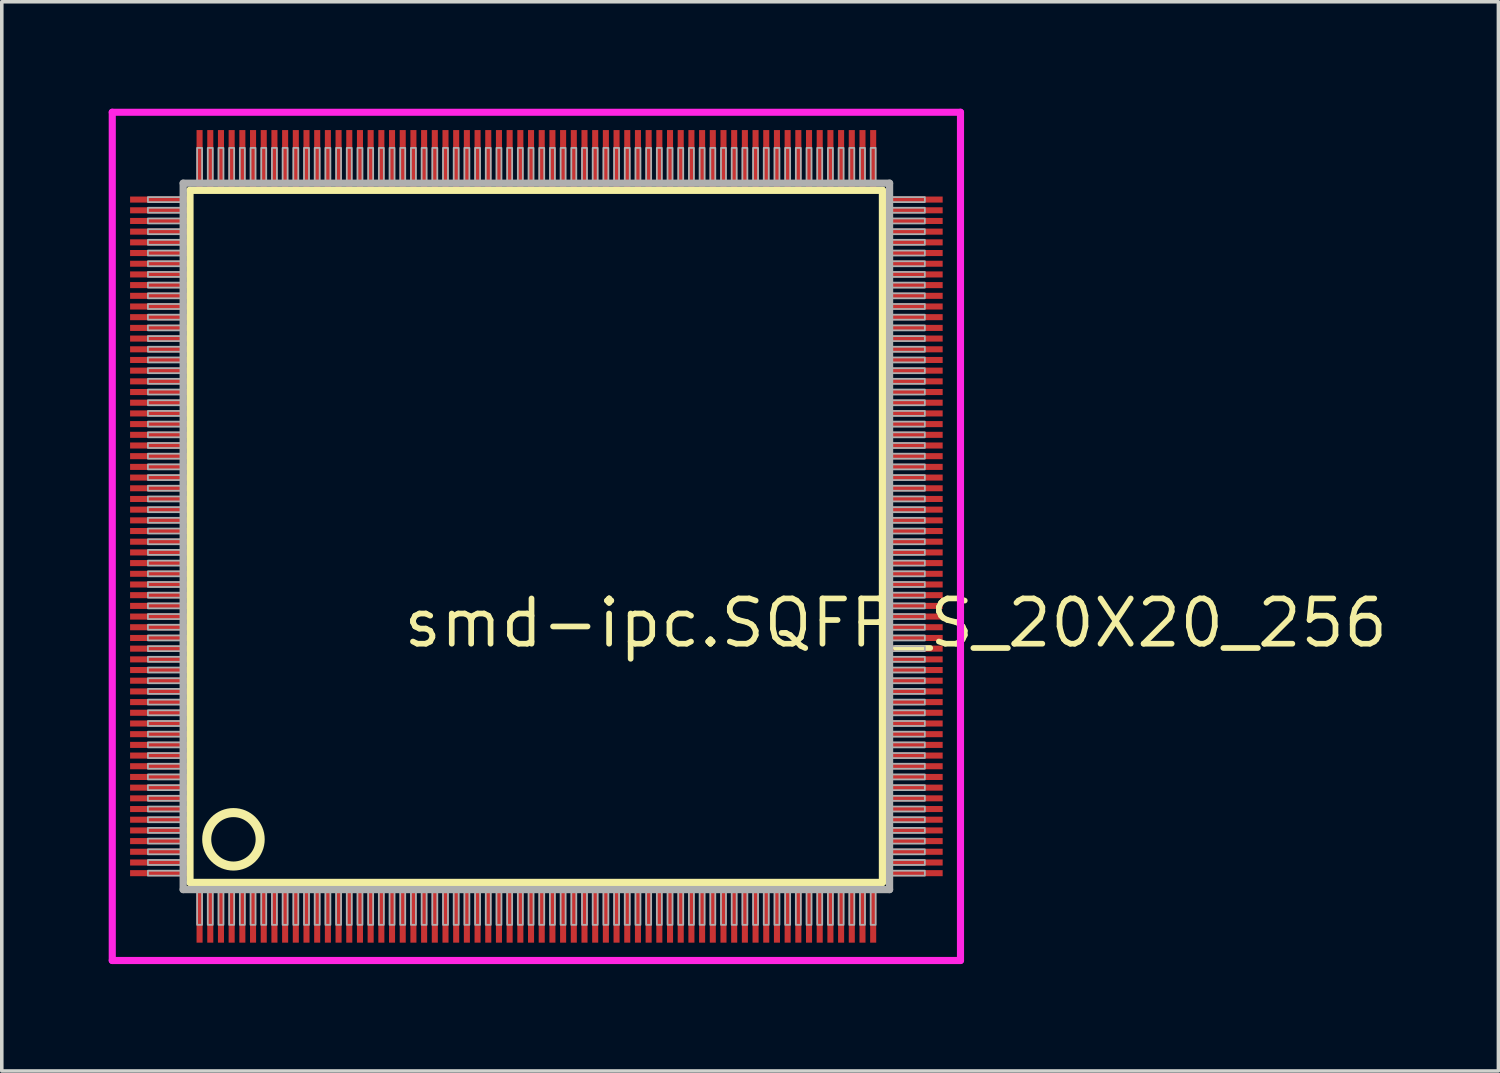
<source format=kicad_pcb>
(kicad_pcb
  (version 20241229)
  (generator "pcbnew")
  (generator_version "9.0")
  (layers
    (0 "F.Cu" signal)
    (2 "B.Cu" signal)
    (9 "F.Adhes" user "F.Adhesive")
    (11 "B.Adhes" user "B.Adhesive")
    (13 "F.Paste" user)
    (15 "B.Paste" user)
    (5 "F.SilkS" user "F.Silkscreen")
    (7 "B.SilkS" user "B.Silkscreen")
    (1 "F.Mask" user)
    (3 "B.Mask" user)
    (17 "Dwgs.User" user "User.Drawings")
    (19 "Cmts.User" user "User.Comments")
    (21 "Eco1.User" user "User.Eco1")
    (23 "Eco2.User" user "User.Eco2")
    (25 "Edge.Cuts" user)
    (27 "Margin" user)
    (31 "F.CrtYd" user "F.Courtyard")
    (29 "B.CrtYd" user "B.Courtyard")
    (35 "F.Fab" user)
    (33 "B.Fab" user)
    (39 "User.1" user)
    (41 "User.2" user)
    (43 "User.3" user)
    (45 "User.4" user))
  (footprint "smd-ipc.SQFP_S_20X20_256"
    (layer "F.Cu")
    (at 12 12)
    (property "Reference" "smd-ipc.SQFP_S_20X20_256" (at -3.81 3.175 0) (layer "F.SilkS") (effects (font (size 1.27 1.27) (thickness 0.16)) (justify left bottom)))
    (attr smd)
    (fp_line (start -9.72 -9.71) (end 9.71 -9.71) (stroke (width 0.203) (type default)) (layer "F.SilkS"))
    (fp_line (start -9.72 9.71) (end -9.72 -9.71) (stroke (width 0.203) (type default)) (layer "F.SilkS"))
    (fp_line (start 9.71 9.71) (end -9.72 9.71) (stroke (width 0.203) (type default)) (layer "F.SilkS"))
    (fp_line (start 9.71 -9.71) (end 9.71 9.71) (stroke (width 0.203) (type default)) (layer "F.SilkS"))
    (fp_circle (center -8.5 8.5) (end -7.75 8.5) (stroke (width 0.254) (type default)) (fill no) (layer "F.SilkS"))
    (fp_line (start -11.9 -11.9) (end 11.9 -11.9) (stroke (width 0.2) (type default)) (layer "F.CrtYd"))
    (fp_line (start -11.9 11.9) (end -11.9 -11.9) (stroke (width 0.2) (type default)) (layer "F.CrtYd"))
    (fp_line (start 11.9 -11.9) (end 11.9 11.9) (stroke (width 0.2) (type default)) (layer "F.CrtYd"))
    (fp_line (start 11.9 11.9) (end -11.9 11.9) (stroke (width 0.2) (type default)) (layer "F.CrtYd"))
    (fp_line (start -9.91 -9.91) (end -9.91 9.91) (stroke (width 0.203) (type default)) (layer "F.Fab"))
    (fp_line (start -9.91 9.91) (end 9.91 9.91) (stroke (width 0.203) (type default)) (layer "F.Fab"))
    (fp_line (start 9.91 -9.91) (end -9.91 -9.91) (stroke (width 0.203) (type default)) (layer "F.Fab"))
    (fp_line (start 9.91 9.91) (end 9.91 -9.91) (stroke (width 0.203) (type default)) (layer "F.Fab"))
    (fp_rect (start -10.9 -9.38) (end -9.95 -9.52) (stroke (width 0.05) (type default)) (fill no) (layer "F.Fab"))
    (fp_rect (start -10.9 -9.08) (end -9.95 -9.22) (stroke (width 0.05) (type default)) (fill no) (layer "F.Fab"))
    (fp_rect (start -10.9 -8.78) (end -9.95 -8.92) (stroke (width 0.05) (type default)) (fill no) (layer "F.Fab"))
    (fp_rect (start -10.9 -8.48) (end -9.95 -8.62) (stroke (width 0.05) (type default)) (fill no) (layer "F.Fab"))
    (fp_rect (start -10.9 -8.18) (end -9.95 -8.32) (stroke (width 0.05) (type default)) (fill no) (layer "F.Fab"))
    (fp_rect (start -10.9 -7.88) (end -9.95 -8.02) (stroke (width 0.05) (type default)) (fill no) (layer "F.Fab"))
    (fp_rect (start -10.9 -7.58) (end -9.95 -7.72) (stroke (width 0.05) (type default)) (fill no) (layer "F.Fab"))
    (fp_rect (start -10.9 -7.28) (end -9.95 -7.42) (stroke (width 0.05) (type default)) (fill no) (layer "F.Fab"))
    (fp_rect (start -10.9 -6.98) (end -9.95 -7.12) (stroke (width 0.05) (type default)) (fill no) (layer "F.Fab"))
    (fp_rect (start -10.9 -6.68) (end -9.95 -6.82) (stroke (width 0.05) (type default)) (fill no) (layer "F.Fab"))
    (fp_rect (start -10.9 -6.38) (end -9.95 -6.52) (stroke (width 0.05) (type default)) (fill no) (layer "F.Fab"))
    (fp_rect (start -10.9 -6.08) (end -9.95 -6.22) (stroke (width 0.05) (type default)) (fill no) (layer "F.Fab"))
    (fp_rect (start -10.9 -5.78) (end -9.95 -5.92) (stroke (width 0.05) (type default)) (fill no) (layer "F.Fab"))
    (fp_rect (start -10.9 -5.48) (end -9.95 -5.62) (stroke (width 0.05) (type default)) (fill no) (layer "F.Fab"))
    (fp_rect (start -10.9 -5.18) (end -9.95 -5.32) (stroke (width 0.05) (type default)) (fill no) (layer "F.Fab"))
    (fp_rect (start -10.9 -4.88) (end -9.95 -5.02) (stroke (width 0.05) (type default)) (fill no) (layer "F.Fab"))
    (fp_rect (start -10.9 -4.58) (end -9.95 -4.72) (stroke (width 0.05) (type default)) (fill no) (layer "F.Fab"))
    (fp_rect (start -10.9 -4.28) (end -9.95 -4.42) (stroke (width 0.05) (type default)) (fill no) (layer "F.Fab"))
    (fp_rect (start -10.9 -3.98) (end -9.95 -4.12) (stroke (width 0.05) (type default)) (fill no) (layer "F.Fab"))
    (fp_rect (start -10.9 -3.68) (end -9.95 -3.82) (stroke (width 0.05) (type default)) (fill no) (layer "F.Fab"))
    (fp_rect (start -10.9 -3.38) (end -9.95 -3.52) (stroke (width 0.05) (type default)) (fill no) (layer "F.Fab"))
    (fp_rect (start -10.9 -3.08) (end -9.95 -3.22) (stroke (width 0.05) (type default)) (fill no) (layer "F.Fab"))
    (fp_rect (start -10.9 -2.78) (end -9.95 -2.92) (stroke (width 0.05) (type default)) (fill no) (layer "F.Fab"))
    (fp_rect (start -10.9 -2.48) (end -9.95 -2.62) (stroke (width 0.05) (type default)) (fill no) (layer "F.Fab"))
    (fp_rect (start -10.9 -2.18) (end -9.95 -2.32) (stroke (width 0.05) (type default)) (fill no) (layer "F.Fab"))
    (fp_rect (start -10.9 -1.88) (end -9.95 -2.02) (stroke (width 0.05) (type default)) (fill no) (layer "F.Fab"))
    (fp_rect (start -10.9 -1.58) (end -9.95 -1.72) (stroke (width 0.05) (type default)) (fill no) (layer "F.Fab"))
    (fp_rect (start -10.9 -1.28) (end -9.95 -1.42) (stroke (width 0.05) (type default)) (fill no) (layer "F.Fab"))
    (fp_rect (start -10.9 -0.98) (end -9.95 -1.12) (stroke (width 0.05) (type default)) (fill no) (layer "F.Fab"))
    (fp_rect (start -10.9 -0.68) (end -9.95 -0.82) (stroke (width 0.05) (type default)) (fill no) (layer "F.Fab"))
    (fp_rect (start -10.9 -0.38) (end -9.95 -0.52) (stroke (width 0.05) (type default)) (fill no) (layer "F.Fab"))
    (fp_rect (start -10.9 -0.08) (end -9.95 -0.22) (stroke (width 0.05) (type default)) (fill no) (layer "F.Fab"))
    (fp_rect (start -10.9 0.22) (end -9.95 0.08) (stroke (width 0.05) (type default)) (fill no) (layer "F.Fab"))
    (fp_rect (start -10.9 0.52) (end -9.95 0.38) (stroke (width 0.05) (type default)) (fill no) (layer "F.Fab"))
    (fp_rect (start -10.9 0.82) (end -9.95 0.68) (stroke (width 0.05) (type default)) (fill no) (layer "F.Fab"))
    (fp_rect (start -10.9 1.12) (end -9.95 0.98) (stroke (width 0.05) (type default)) (fill no) (layer "F.Fab"))
    (fp_rect (start -10.9 1.42) (end -9.95 1.28) (stroke (width 0.05) (type default)) (fill no) (layer "F.Fab"))
    (fp_rect (start -10.9 1.72) (end -9.95 1.58) (stroke (width 0.05) (type default)) (fill no) (layer "F.Fab"))
    (fp_rect (start -10.9 2.02) (end -9.95 1.88) (stroke (width 0.05) (type default)) (fill no) (layer "F.Fab"))
    (fp_rect (start -10.9 2.32) (end -9.95 2.18) (stroke (width 0.05) (type default)) (fill no) (layer "F.Fab"))
    (fp_rect (start -10.9 2.62) (end -9.95 2.48) (stroke (width 0.05) (type default)) (fill no) (layer "F.Fab"))
    (fp_rect (start -10.9 2.92) (end -9.95 2.78) (stroke (width 0.05) (type default)) (fill no) (layer "F.Fab"))
    (fp_rect (start -10.9 3.22) (end -9.95 3.08) (stroke (width 0.05) (type default)) (fill no) (layer "F.Fab"))
    (fp_rect (start -10.9 3.52) (end -9.95 3.38) (stroke (width 0.05) (type default)) (fill no) (layer "F.Fab"))
    (fp_rect (start -10.9 3.82) (end -9.95 3.68) (stroke (width 0.05) (type default)) (fill no) (layer "F.Fab"))
    (fp_rect (start -10.9 4.12) (end -9.95 3.98) (stroke (width 0.05) (type default)) (fill no) (layer "F.Fab"))
    (fp_rect (start -10.9 4.42) (end -9.95 4.28) (stroke (width 0.05) (type default)) (fill no) (layer "F.Fab"))
    (fp_rect (start -10.9 4.72) (end -9.95 4.58) (stroke (width 0.05) (type default)) (fill no) (layer "F.Fab"))
    (fp_rect (start -10.9 5.02) (end -9.95 4.88) (stroke (width 0.05) (type default)) (fill no) (layer "F.Fab"))
    (fp_rect (start -10.9 5.32) (end -9.95 5.18) (stroke (width 0.05) (type default)) (fill no) (layer "F.Fab"))
    (fp_rect (start -10.9 5.62) (end -9.95 5.48) (stroke (width 0.05) (type default)) (fill no) (layer "F.Fab"))
    (fp_rect (start -10.9 5.92) (end -9.95 5.78) (stroke (width 0.05) (type default)) (fill no) (layer "F.Fab"))
    (fp_rect (start -10.9 6.22) (end -9.95 6.08) (stroke (width 0.05) (type default)) (fill no) (layer "F.Fab"))
    (fp_rect (start -10.9 6.52) (end -9.95 6.38) (stroke (width 0.05) (type default)) (fill no) (layer "F.Fab"))
    (fp_rect (start -10.9 6.82) (end -9.95 6.68) (stroke (width 0.05) (type default)) (fill no) (layer "F.Fab"))
    (fp_rect (start -10.9 7.12) (end -9.95 6.98) (stroke (width 0.05) (type default)) (fill no) (layer "F.Fab"))
    (fp_rect (start -10.9 7.42) (end -9.95 7.28) (stroke (width 0.05) (type default)) (fill no) (layer "F.Fab"))
    (fp_rect (start -10.9 7.72) (end -9.95 7.58) (stroke (width 0.05) (type default)) (fill no) (layer "F.Fab"))
    (fp_rect (start -10.9 8.02) (end -9.95 7.88) (stroke (width 0.05) (type default)) (fill no) (layer "F.Fab"))
    (fp_rect (start -10.9 8.32) (end -9.95 8.18) (stroke (width 0.05) (type default)) (fill no) (layer "F.Fab"))
    (fp_rect (start -10.9 8.62) (end -9.95 8.48) (stroke (width 0.05) (type default)) (fill no) (layer "F.Fab"))
    (fp_rect (start -10.9 8.92) (end -9.95 8.78) (stroke (width 0.05) (type default)) (fill no) (layer "F.Fab"))
    (fp_rect (start -10.9 9.22) (end -9.95 9.08) (stroke (width 0.05) (type default)) (fill no) (layer "F.Fab"))
    (fp_rect (start -10.9 9.52) (end -9.95 9.38) (stroke (width 0.05) (type default)) (fill no) (layer "F.Fab"))
    (fp_rect (start -9.52 -9.95) (end -9.38 -10.9) (stroke (width 0.05) (type default)) (fill no) (layer "F.Fab"))
    (fp_rect (start -9.52 10.9) (end -9.38 9.95) (stroke (width 0.05) (type default)) (fill no) (layer "F.Fab"))
    (fp_rect (start -9.22 -9.95) (end -9.08 -10.9) (stroke (width 0.05) (type default)) (fill no) (layer "F.Fab"))
    (fp_rect (start -9.22 10.9) (end -9.08 9.95) (stroke (width 0.05) (type default)) (fill no) (layer "F.Fab"))
    (fp_rect (start -8.92 -9.95) (end -8.78 -10.9) (stroke (width 0.05) (type default)) (fill no) (layer "F.Fab"))
    (fp_rect (start -8.92 10.9) (end -8.78 9.95) (stroke (width 0.05) (type default)) (fill no) (layer "F.Fab"))
    (fp_rect (start -8.62 -9.95) (end -8.48 -10.9) (stroke (width 0.05) (type default)) (fill no) (layer "F.Fab"))
    (fp_rect (start -8.62 10.9) (end -8.48 9.95) (stroke (width 0.05) (type default)) (fill no) (layer "F.Fab"))
    (fp_rect (start -8.32 -9.95) (end -8.18 -10.9) (stroke (width 0.05) (type default)) (fill no) (layer "F.Fab"))
    (fp_rect (start -8.32 10.9) (end -8.18 9.95) (stroke (width 0.05) (type default)) (fill no) (layer "F.Fab"))
    (fp_rect (start -8.02 -9.95) (end -7.88 -10.9) (stroke (width 0.05) (type default)) (fill no) (layer "F.Fab"))
    (fp_rect (start -8.02 10.9) (end -7.88 9.95) (stroke (width 0.05) (type default)) (fill no) (layer "F.Fab"))
    (fp_rect (start -7.72 -9.95) (end -7.58 -10.9) (stroke (width 0.05) (type default)) (fill no) (layer "F.Fab"))
    (fp_rect (start -7.72 10.9) (end -7.58 9.95) (stroke (width 0.05) (type default)) (fill no) (layer "F.Fab"))
    (fp_rect (start -7.42 -9.95) (end -7.28 -10.9) (stroke (width 0.05) (type default)) (fill no) (layer "F.Fab"))
    (fp_rect (start -7.42 10.9) (end -7.28 9.95) (stroke (width 0.05) (type default)) (fill no) (layer "F.Fab"))
    (fp_rect (start -7.12 -9.95) (end -6.98 -10.9) (stroke (width 0.05) (type default)) (fill no) (layer "F.Fab"))
    (fp_rect (start -7.12 10.9) (end -6.98 9.95) (stroke (width 0.05) (type default)) (fill no) (layer "F.Fab"))
    (fp_rect (start -6.82 -9.95) (end -6.68 -10.9) (stroke (width 0.05) (type default)) (fill no) (layer "F.Fab"))
    (fp_rect (start -6.82 10.9) (end -6.68 9.95) (stroke (width 0.05) (type default)) (fill no) (layer "F.Fab"))
    (fp_rect (start -6.52 -9.95) (end -6.38 -10.9) (stroke (width 0.05) (type default)) (fill no) (layer "F.Fab"))
    (fp_rect (start -6.52 10.9) (end -6.38 9.95) (stroke (width 0.05) (type default)) (fill no) (layer "F.Fab"))
    (fp_rect (start -6.22 -9.95) (end -6.08 -10.9) (stroke (width 0.05) (type default)) (fill no) (layer "F.Fab"))
    (fp_rect (start -6.22 10.9) (end -6.08 9.95) (stroke (width 0.05) (type default)) (fill no) (layer "F.Fab"))
    (fp_rect (start -5.92 -9.95) (end -5.78 -10.9) (stroke (width 0.05) (type default)) (fill no) (layer "F.Fab"))
    (fp_rect (start -5.92 10.9) (end -5.78 9.95) (stroke (width 0.05) (type default)) (fill no) (layer "F.Fab"))
    (fp_rect (start -5.62 -9.95) (end -5.48 -10.9) (stroke (width 0.05) (type default)) (fill no) (layer "F.Fab"))
    (fp_rect (start -5.62 10.9) (end -5.48 9.95) (stroke (width 0.05) (type default)) (fill no) (layer "F.Fab"))
    (fp_rect (start -5.32 -9.95) (end -5.18 -10.9) (stroke (width 0.05) (type default)) (fill no) (layer "F.Fab"))
    (fp_rect (start -5.32 10.9) (end -5.18 9.95) (stroke (width 0.05) (type default)) (fill no) (layer "F.Fab"))
    (fp_rect (start -5.02 -9.95) (end -4.88 -10.9) (stroke (width 0.05) (type default)) (fill no) (layer "F.Fab"))
    (fp_rect (start -5.02 10.9) (end -4.88 9.95) (stroke (width 0.05) (type default)) (fill no) (layer "F.Fab"))
    (fp_rect (start -4.72 -9.95) (end -4.58 -10.9) (stroke (width 0.05) (type default)) (fill no) (layer "F.Fab"))
    (fp_rect (start -4.72 10.9) (end -4.58 9.95) (stroke (width 0.05) (type default)) (fill no) (layer "F.Fab"))
    (fp_rect (start -4.42 -9.95) (end -4.28 -10.9) (stroke (width 0.05) (type default)) (fill no) (layer "F.Fab"))
    (fp_rect (start -4.42 10.9) (end -4.28 9.95) (stroke (width 0.05) (type default)) (fill no) (layer "F.Fab"))
    (fp_rect (start -4.12 -9.95) (end -3.98 -10.9) (stroke (width 0.05) (type default)) (fill no) (layer "F.Fab"))
    (fp_rect (start -4.12 10.9) (end -3.98 9.95) (stroke (width 0.05) (type default)) (fill no) (layer "F.Fab"))
    (fp_rect (start -3.82 -9.95) (end -3.68 -10.9) (stroke (width 0.05) (type default)) (fill no) (layer "F.Fab"))
    (fp_rect (start -3.82 10.9) (end -3.68 9.95) (stroke (width 0.05) (type default)) (fill no) (layer "F.Fab"))
    (fp_rect (start -3.52 -9.95) (end -3.38 -10.9) (stroke (width 0.05) (type default)) (fill no) (layer "F.Fab"))
    (fp_rect (start -3.52 10.9) (end -3.38 9.95) (stroke (width 0.05) (type default)) (fill no) (layer "F.Fab"))
    (fp_rect (start -3.22 -9.95) (end -3.08 -10.9) (stroke (width 0.05) (type default)) (fill no) (layer "F.Fab"))
    (fp_rect (start -3.22 10.9) (end -3.08 9.95) (stroke (width 0.05) (type default)) (fill no) (layer "F.Fab"))
    (fp_rect (start -2.92 -9.95) (end -2.78 -10.9) (stroke (width 0.05) (type default)) (fill no) (layer "F.Fab"))
    (fp_rect (start -2.92 10.9) (end -2.78 9.95) (stroke (width 0.05) (type default)) (fill no) (layer "F.Fab"))
    (fp_rect (start -2.62 -9.95) (end -2.48 -10.9) (stroke (width 0.05) (type default)) (fill no) (layer "F.Fab"))
    (fp_rect (start -2.62 10.9) (end -2.48 9.95) (stroke (width 0.05) (type default)) (fill no) (layer "F.Fab"))
    (fp_rect (start -2.32 -9.95) (end -2.18 -10.9) (stroke (width 0.05) (type default)) (fill no) (layer "F.Fab"))
    (fp_rect (start -2.32 10.9) (end -2.18 9.95) (stroke (width 0.05) (type default)) (fill no) (layer "F.Fab"))
    (fp_rect (start -2.02 -9.95) (end -1.88 -10.9) (stroke (width 0.05) (type default)) (fill no) (layer "F.Fab"))
    (fp_rect (start -2.02 10.9) (end -1.88 9.95) (stroke (width 0.05) (type default)) (fill no) (layer "F.Fab"))
    (fp_rect (start -1.72 -9.95) (end -1.58 -10.9) (stroke (width 0.05) (type default)) (fill no) (layer "F.Fab"))
    (fp_rect (start -1.72 10.9) (end -1.58 9.95) (stroke (width 0.05) (type default)) (fill no) (layer "F.Fab"))
    (fp_rect (start -1.42 -9.95) (end -1.28 -10.9) (stroke (width 0.05) (type default)) (fill no) (layer "F.Fab"))
    (fp_rect (start -1.42 10.9) (end -1.28 9.95) (stroke (width 0.05) (type default)) (fill no) (layer "F.Fab"))
    (fp_rect (start -1.12 -9.95) (end -0.98 -10.9) (stroke (width 0.05) (type default)) (fill no) (layer "F.Fab"))
    (fp_rect (start -1.12 10.9) (end -0.98 9.95) (stroke (width 0.05) (type default)) (fill no) (layer "F.Fab"))
    (fp_rect (start -0.82 -9.95) (end -0.68 -10.9) (stroke (width 0.05) (type default)) (fill no) (layer "F.Fab"))
    (fp_rect (start -0.82 10.9) (end -0.68 9.95) (stroke (width 0.05) (type default)) (fill no) (layer "F.Fab"))
    (fp_rect (start -0.52 -9.95) (end -0.38 -10.9) (stroke (width 0.05) (type default)) (fill no) (layer "F.Fab"))
    (fp_rect (start -0.52 10.9) (end -0.38 9.95) (stroke (width 0.05) (type default)) (fill no) (layer "F.Fab"))
    (fp_rect (start -0.22 -9.95) (end -0.08 -10.9) (stroke (width 0.05) (type default)) (fill no) (layer "F.Fab"))
    (fp_rect (start -0.22 10.9) (end -0.08 9.95) (stroke (width 0.05) (type default)) (fill no) (layer "F.Fab"))
    (fp_rect (start 0.08 -9.95) (end 0.22 -10.9) (stroke (width 0.05) (type default)) (fill no) (layer "F.Fab"))
    (fp_rect (start 0.08 10.9) (end 0.22 9.95) (stroke (width 0.05) (type default)) (fill no) (layer "F.Fab"))
    (fp_rect (start 0.38 -9.95) (end 0.52 -10.9) (stroke (width 0.05) (type default)) (fill no) (layer "F.Fab"))
    (fp_rect (start 0.38 10.9) (end 0.52 9.95) (stroke (width 0.05) (type default)) (fill no) (layer "F.Fab"))
    (fp_rect (start 0.68 -9.95) (end 0.82 -10.9) (stroke (width 0.05) (type default)) (fill no) (layer "F.Fab"))
    (fp_rect (start 0.68 10.9) (end 0.82 9.95) (stroke (width 0.05) (type default)) (fill no) (layer "F.Fab"))
    (fp_rect (start 0.98 -9.95) (end 1.12 -10.9) (stroke (width 0.05) (type default)) (fill no) (layer "F.Fab"))
    (fp_rect (start 0.98 10.9) (end 1.12 9.95) (stroke (width 0.05) (type default)) (fill no) (layer "F.Fab"))
    (fp_rect (start 1.28 -9.95) (end 1.42 -10.9) (stroke (width 0.05) (type default)) (fill no) (layer "F.Fab"))
    (fp_rect (start 1.28 10.9) (end 1.42 9.95) (stroke (width 0.05) (type default)) (fill no) (layer "F.Fab"))
    (fp_rect (start 1.58 -9.95) (end 1.72 -10.9) (stroke (width 0.05) (type default)) (fill no) (layer "F.Fab"))
    (fp_rect (start 1.58 10.9) (end 1.72 9.95) (stroke (width 0.05) (type default)) (fill no) (layer "F.Fab"))
    (fp_rect (start 1.88 -9.95) (end 2.02 -10.9) (stroke (width 0.05) (type default)) (fill no) (layer "F.Fab"))
    (fp_rect (start 1.88 10.9) (end 2.02 9.95) (stroke (width 0.05) (type default)) (fill no) (layer "F.Fab"))
    (fp_rect (start 2.18 -9.95) (end 2.32 -10.9) (stroke (width 0.05) (type default)) (fill no) (layer "F.Fab"))
    (fp_rect (start 2.18 10.9) (end 2.32 9.95) (stroke (width 0.05) (type default)) (fill no) (layer "F.Fab"))
    (fp_rect (start 2.48 -9.95) (end 2.62 -10.9) (stroke (width 0.05) (type default)) (fill no) (layer "F.Fab"))
    (fp_rect (start 2.48 10.9) (end 2.62 9.95) (stroke (width 0.05) (type default)) (fill no) (layer "F.Fab"))
    (fp_rect (start 2.78 -9.95) (end 2.92 -10.9) (stroke (width 0.05) (type default)) (fill no) (layer "F.Fab"))
    (fp_rect (start 2.78 10.9) (end 2.92 9.95) (stroke (width 0.05) (type default)) (fill no) (layer "F.Fab"))
    (fp_rect (start 3.08 -9.95) (end 3.22 -10.9) (stroke (width 0.05) (type default)) (fill no) (layer "F.Fab"))
    (fp_rect (start 3.08 10.9) (end 3.22 9.95) (stroke (width 0.05) (type default)) (fill no) (layer "F.Fab"))
    (fp_rect (start 3.38 -9.95) (end 3.52 -10.9) (stroke (width 0.05) (type default)) (fill no) (layer "F.Fab"))
    (fp_rect (start 3.38 10.9) (end 3.52 9.95) (stroke (width 0.05) (type default)) (fill no) (layer "F.Fab"))
    (fp_rect (start 3.68 -9.95) (end 3.82 -10.9) (stroke (width 0.05) (type default)) (fill no) (layer "F.Fab"))
    (fp_rect (start 3.68 10.9) (end 3.82 9.95) (stroke (width 0.05) (type default)) (fill no) (layer "F.Fab"))
    (fp_rect (start 3.98 -9.95) (end 4.12 -10.9) (stroke (width 0.05) (type default)) (fill no) (layer "F.Fab"))
    (fp_rect (start 3.98 10.9) (end 4.12 9.95) (stroke (width 0.05) (type default)) (fill no) (layer "F.Fab"))
    (fp_rect (start 4.28 -9.95) (end 4.42 -10.9) (stroke (width 0.05) (type default)) (fill no) (layer "F.Fab"))
    (fp_rect (start 4.28 10.9) (end 4.42 9.95) (stroke (width 0.05) (type default)) (fill no) (layer "F.Fab"))
    (fp_rect (start 4.58 -9.95) (end 4.72 -10.9) (stroke (width 0.05) (type default)) (fill no) (layer "F.Fab"))
    (fp_rect (start 4.58 10.9) (end 4.72 9.95) (stroke (width 0.05) (type default)) (fill no) (layer "F.Fab"))
    (fp_rect (start 4.88 -9.95) (end 5.02 -10.9) (stroke (width 0.05) (type default)) (fill no) (layer "F.Fab"))
    (fp_rect (start 4.88 10.9) (end 5.02 9.95) (stroke (width 0.05) (type default)) (fill no) (layer "F.Fab"))
    (fp_rect (start 5.18 -9.95) (end 5.32 -10.9) (stroke (width 0.05) (type default)) (fill no) (layer "F.Fab"))
    (fp_rect (start 5.18 10.9) (end 5.32 9.95) (stroke (width 0.05) (type default)) (fill no) (layer "F.Fab"))
    (fp_rect (start 5.48 -9.95) (end 5.62 -10.9) (stroke (width 0.05) (type default)) (fill no) (layer "F.Fab"))
    (fp_rect (start 5.48 10.9) (end 5.62 9.95) (stroke (width 0.05) (type default)) (fill no) (layer "F.Fab"))
    (fp_rect (start 5.78 -9.95) (end 5.92 -10.9) (stroke (width 0.05) (type default)) (fill no) (layer "F.Fab"))
    (fp_rect (start 5.78 10.9) (end 5.92 9.95) (stroke (width 0.05) (type default)) (fill no) (layer "F.Fab"))
    (fp_rect (start 6.08 -9.95) (end 6.22 -10.9) (stroke (width 0.05) (type default)) (fill no) (layer "F.Fab"))
    (fp_rect (start 6.08 10.9) (end 6.22 9.95) (stroke (width 0.05) (type default)) (fill no) (layer "F.Fab"))
    (fp_rect (start 6.38 -9.95) (end 6.52 -10.9) (stroke (width 0.05) (type default)) (fill no) (layer "F.Fab"))
    (fp_rect (start 6.38 10.9) (end 6.52 9.95) (stroke (width 0.05) (type default)) (fill no) (layer "F.Fab"))
    (fp_rect (start 6.68 -9.95) (end 6.82 -10.9) (stroke (width 0.05) (type default)) (fill no) (layer "F.Fab"))
    (fp_rect (start 6.68 10.9) (end 6.82 9.95) (stroke (width 0.05) (type default)) (fill no) (layer "F.Fab"))
    (fp_rect (start 6.98 -9.95) (end 7.12 -10.9) (stroke (width 0.05) (type default)) (fill no) (layer "F.Fab"))
    (fp_rect (start 6.98 10.9) (end 7.12 9.95) (stroke (width 0.05) (type default)) (fill no) (layer "F.Fab"))
    (fp_rect (start 7.28 -9.95) (end 7.42 -10.9) (stroke (width 0.05) (type default)) (fill no) (layer "F.Fab"))
    (fp_rect (start 7.28 10.9) (end 7.42 9.95) (stroke (width 0.05) (type default)) (fill no) (layer "F.Fab"))
    (fp_rect (start 7.58 -9.95) (end 7.72 -10.9) (stroke (width 0.05) (type default)) (fill no) (layer "F.Fab"))
    (fp_rect (start 7.58 10.9) (end 7.72 9.95) (stroke (width 0.05) (type default)) (fill no) (layer "F.Fab"))
    (fp_rect (start 7.88 -9.95) (end 8.02 -10.9) (stroke (width 0.05) (type default)) (fill no) (layer "F.Fab"))
    (fp_rect (start 7.88 10.9) (end 8.02 9.95) (stroke (width 0.05) (type default)) (fill no) (layer "F.Fab"))
    (fp_rect (start 8.18 -9.95) (end 8.32 -10.9) (stroke (width 0.05) (type default)) (fill no) (layer "F.Fab"))
    (fp_rect (start 8.18 10.9) (end 8.32 9.95) (stroke (width 0.05) (type default)) (fill no) (layer "F.Fab"))
    (fp_rect (start 8.48 -9.95) (end 8.62 -10.9) (stroke (width 0.05) (type default)) (fill no) (layer "F.Fab"))
    (fp_rect (start 8.48 10.9) (end 8.62 9.95) (stroke (width 0.05) (type default)) (fill no) (layer "F.Fab"))
    (fp_rect (start 8.78 -9.95) (end 8.92 -10.9) (stroke (width 0.05) (type default)) (fill no) (layer "F.Fab"))
    (fp_rect (start 8.78 10.9) (end 8.92 9.95) (stroke (width 0.05) (type default)) (fill no) (layer "F.Fab"))
    (fp_rect (start 9.08 -9.95) (end 9.22 -10.9) (stroke (width 0.05) (type default)) (fill no) (layer "F.Fab"))
    (fp_rect (start 9.08 10.9) (end 9.22 9.95) (stroke (width 0.05) (type default)) (fill no) (layer "F.Fab"))
    (fp_rect (start 9.38 -9.95) (end 9.52 -10.9) (stroke (width 0.05) (type default)) (fill no) (layer "F.Fab"))
    (fp_rect (start 9.38 10.9) (end 9.52 9.95) (stroke (width 0.05) (type default)) (fill no) (layer "F.Fab"))
    (fp_rect (start 9.95 -9.38) (end 10.9 -9.52) (stroke (width 0.05) (type default)) (fill no) (layer "F.Fab"))
    (fp_rect (start 9.95 -9.08) (end 10.9 -9.22) (stroke (width 0.05) (type default)) (fill no) (layer "F.Fab"))
    (fp_rect (start 9.95 -8.78) (end 10.9 -8.92) (stroke (width 0.05) (type default)) (fill no) (layer "F.Fab"))
    (fp_rect (start 9.95 -8.48) (end 10.9 -8.62) (stroke (width 0.05) (type default)) (fill no) (layer "F.Fab"))
    (fp_rect (start 9.95 -8.18) (end 10.9 -8.32) (stroke (width 0.05) (type default)) (fill no) (layer "F.Fab"))
    (fp_rect (start 9.95 -7.88) (end 10.9 -8.02) (stroke (width 0.05) (type default)) (fill no) (layer "F.Fab"))
    (fp_rect (start 9.95 -7.58) (end 10.9 -7.72) (stroke (width 0.05) (type default)) (fill no) (layer "F.Fab"))
    (fp_rect (start 9.95 -7.28) (end 10.9 -7.42) (stroke (width 0.05) (type default)) (fill no) (layer "F.Fab"))
    (fp_rect (start 9.95 -6.98) (end 10.9 -7.12) (stroke (width 0.05) (type default)) (fill no) (layer "F.Fab"))
    (fp_rect (start 9.95 -6.68) (end 10.9 -6.82) (stroke (width 0.05) (type default)) (fill no) (layer "F.Fab"))
    (fp_rect (start 9.95 -6.38) (end 10.9 -6.52) (stroke (width 0.05) (type default)) (fill no) (layer "F.Fab"))
    (fp_rect (start 9.95 -6.08) (end 10.9 -6.22) (stroke (width 0.05) (type default)) (fill no) (layer "F.Fab"))
    (fp_rect (start 9.95 -5.78) (end 10.9 -5.92) (stroke (width 0.05) (type default)) (fill no) (layer "F.Fab"))
    (fp_rect (start 9.95 -5.48) (end 10.9 -5.62) (stroke (width 0.05) (type default)) (fill no) (layer "F.Fab"))
    (fp_rect (start 9.95 -5.18) (end 10.9 -5.32) (stroke (width 0.05) (type default)) (fill no) (layer "F.Fab"))
    (fp_rect (start 9.95 -4.88) (end 10.9 -5.02) (stroke (width 0.05) (type default)) (fill no) (layer "F.Fab"))
    (fp_rect (start 9.95 -4.58) (end 10.9 -4.72) (stroke (width 0.05) (type default)) (fill no) (layer "F.Fab"))
    (fp_rect (start 9.95 -4.28) (end 10.9 -4.42) (stroke (width 0.05) (type default)) (fill no) (layer "F.Fab"))
    (fp_rect (start 9.95 -3.98) (end 10.9 -4.12) (stroke (width 0.05) (type default)) (fill no) (layer "F.Fab"))
    (fp_rect (start 9.95 -3.68) (end 10.9 -3.82) (stroke (width 0.05) (type default)) (fill no) (layer "F.Fab"))
    (fp_rect (start 9.95 -3.38) (end 10.9 -3.52) (stroke (width 0.05) (type default)) (fill no) (layer "F.Fab"))
    (fp_rect (start 9.95 -3.08) (end 10.9 -3.22) (stroke (width 0.05) (type default)) (fill no) (layer "F.Fab"))
    (fp_rect (start 9.95 -2.78) (end 10.9 -2.92) (stroke (width 0.05) (type default)) (fill no) (layer "F.Fab"))
    (fp_rect (start 9.95 -2.48) (end 10.9 -2.62) (stroke (width 0.05) (type default)) (fill no) (layer "F.Fab"))
    (fp_rect (start 9.95 -2.18) (end 10.9 -2.32) (stroke (width 0.05) (type default)) (fill no) (layer "F.Fab"))
    (fp_rect (start 9.95 -1.88) (end 10.9 -2.02) (stroke (width 0.05) (type default)) (fill no) (layer "F.Fab"))
    (fp_rect (start 9.95 -1.58) (end 10.9 -1.72) (stroke (width 0.05) (type default)) (fill no) (layer "F.Fab"))
    (fp_rect (start 9.95 -1.28) (end 10.9 -1.42) (stroke (width 0.05) (type default)) (fill no) (layer "F.Fab"))
    (fp_rect (start 9.95 -0.98) (end 10.9 -1.12) (stroke (width 0.05) (type default)) (fill no) (layer "F.Fab"))
    (fp_rect (start 9.95 -0.68) (end 10.9 -0.82) (stroke (width 0.05) (type default)) (fill no) (layer "F.Fab"))
    (fp_rect (start 9.95 -0.38) (end 10.9 -0.52) (stroke (width 0.05) (type default)) (fill no) (layer "F.Fab"))
    (fp_rect (start 9.95 -0.08) (end 10.9 -0.22) (stroke (width 0.05) (type default)) (fill no) (layer "F.Fab"))
    (fp_rect (start 9.95 0.22) (end 10.9 0.08) (stroke (width 0.05) (type default)) (fill no) (layer "F.Fab"))
    (fp_rect (start 9.95 0.52) (end 10.9 0.38) (stroke (width 0.05) (type default)) (fill no) (layer "F.Fab"))
    (fp_rect (start 9.95 0.82) (end 10.9 0.68) (stroke (width 0.05) (type default)) (fill no) (layer "F.Fab"))
    (fp_rect (start 9.95 1.12) (end 10.9 0.98) (stroke (width 0.05) (type default)) (fill no) (layer "F.Fab"))
    (fp_rect (start 9.95 1.42) (end 10.9 1.28) (stroke (width 0.05) (type default)) (fill no) (layer "F.Fab"))
    (fp_rect (start 9.95 1.72) (end 10.9 1.58) (stroke (width 0.05) (type default)) (fill no) (layer "F.Fab"))
    (fp_rect (start 9.95 2.02) (end 10.9 1.88) (stroke (width 0.05) (type default)) (fill no) (layer "F.Fab"))
    (fp_rect (start 9.95 2.32) (end 10.9 2.18) (stroke (width 0.05) (type default)) (fill no) (layer "F.Fab"))
    (fp_rect (start 9.95 2.62) (end 10.9 2.48) (stroke (width 0.05) (type default)) (fill no) (layer "F.Fab"))
    (fp_rect (start 9.95 2.92) (end 10.9 2.78) (stroke (width 0.05) (type default)) (fill no) (layer "F.Fab"))
    (fp_rect (start 9.95 3.22) (end 10.9 3.08) (stroke (width 0.05) (type default)) (fill no) (layer "F.Fab"))
    (fp_rect (start 9.95 3.52) (end 10.9 3.38) (stroke (width 0.05) (type default)) (fill no) (layer "F.Fab"))
    (fp_rect (start 9.95 3.82) (end 10.9 3.68) (stroke (width 0.05) (type default)) (fill no) (layer "F.Fab"))
    (fp_rect (start 9.95 4.12) (end 10.9 3.98) (stroke (width 0.05) (type default)) (fill no) (layer "F.Fab"))
    (fp_rect (start 9.95 4.42) (end 10.9 4.28) (stroke (width 0.05) (type default)) (fill no) (layer "F.Fab"))
    (fp_rect (start 9.95 4.72) (end 10.9 4.58) (stroke (width 0.05) (type default)) (fill no) (layer "F.Fab"))
    (fp_rect (start 9.95 5.02) (end 10.9 4.88) (stroke (width 0.05) (type default)) (fill no) (layer "F.Fab"))
    (fp_rect (start 9.95 5.32) (end 10.9 5.18) (stroke (width 0.05) (type default)) (fill no) (layer "F.Fab"))
    (fp_rect (start 9.95 5.62) (end 10.9 5.48) (stroke (width 0.05) (type default)) (fill no) (layer "F.Fab"))
    (fp_rect (start 9.95 5.92) (end 10.9 5.78) (stroke (width 0.05) (type default)) (fill no) (layer "F.Fab"))
    (fp_rect (start 9.95 6.22) (end 10.9 6.08) (stroke (width 0.05) (type default)) (fill no) (layer "F.Fab"))
    (fp_rect (start 9.95 6.52) (end 10.9 6.38) (stroke (width 0.05) (type default)) (fill no) (layer "F.Fab"))
    (fp_rect (start 9.95 6.82) (end 10.9 6.68) (stroke (width 0.05) (type default)) (fill no) (layer "F.Fab"))
    (fp_rect (start 9.95 7.12) (end 10.9 6.98) (stroke (width 0.05) (type default)) (fill no) (layer "F.Fab"))
    (fp_rect (start 9.95 7.42) (end 10.9 7.28) (stroke (width 0.05) (type default)) (fill no) (layer "F.Fab"))
    (fp_rect (start 9.95 7.72) (end 10.9 7.58) (stroke (width 0.05) (type default)) (fill no) (layer "F.Fab"))
    (fp_rect (start 9.95 8.02) (end 10.9 7.88) (stroke (width 0.05) (type default)) (fill no) (layer "F.Fab"))
    (fp_rect (start 9.95 8.32) (end 10.9 8.18) (stroke (width 0.05) (type default)) (fill no) (layer "F.Fab"))
    (fp_rect (start 9.95 8.62) (end 10.9 8.48) (stroke (width 0.05) (type default)) (fill no) (layer "F.Fab"))
    (fp_rect (start 9.95 8.92) (end 10.9 8.78) (stroke (width 0.05) (type default)) (fill no) (layer "F.Fab"))
    (fp_rect (start 9.95 9.22) (end 10.9 9.08) (stroke (width 0.05) (type default)) (fill no) (layer "F.Fab"))
    (fp_rect (start 9.95 9.52) (end 10.9 9.38) (stroke (width 0.05) (type default)) (fill no) (layer "F.Fab"))
    (pad "1" smd roundrect (at -9.45 10.6) (size 0.17 1.6) (layers "F.Cu" "F.Mask" "F.Paste") (roundrect_rratio 0.01))
    (pad "2" smd roundrect (at -9.15 10.6) (size 0.17 1.6) (layers "F.Cu" "F.Mask" "F.Paste") (roundrect_rratio 0.01))
    (pad "3" smd roundrect (at -8.85 10.6) (size 0.17 1.6) (layers "F.Cu" "F.Mask" "F.Paste") (roundrect_rratio 0.01))
    (pad "4" smd roundrect (at -8.55 10.6) (size 0.17 1.6) (layers "F.Cu" "F.Mask" "F.Paste") (roundrect_rratio 0.01))
    (pad "5" smd roundrect (at -8.25 10.6) (size 0.17 1.6) (layers "F.Cu" "F.Mask" "F.Paste") (roundrect_rratio 0.01))
    (pad "6" smd roundrect (at -7.95 10.6) (size 0.17 1.6) (layers "F.Cu" "F.Mask" "F.Paste") (roundrect_rratio 0.01))
    (pad "7" smd roundrect (at -7.65 10.6) (size 0.17 1.6) (layers "F.Cu" "F.Mask" "F.Paste") (roundrect_rratio 0.01))
    (pad "8" smd roundrect (at -7.35 10.6) (size 0.17 1.6) (layers "F.Cu" "F.Mask" "F.Paste") (roundrect_rratio 0.01))
    (pad "9" smd roundrect (at -7.05 10.6) (size 0.17 1.6) (layers "F.Cu" "F.Mask" "F.Paste") (roundrect_rratio 0.01))
    (pad "10" smd roundrect (at -6.75 10.6) (size 0.17 1.6) (layers "F.Cu" "F.Mask" "F.Paste") (roundrect_rratio 0.01))
    (pad "11" smd roundrect (at -6.45 10.6) (size 0.17 1.6) (layers "F.Cu" "F.Mask" "F.Paste") (roundrect_rratio 0.01))
    (pad "12" smd roundrect (at -6.15 10.6) (size 0.17 1.6) (layers "F.Cu" "F.Mask" "F.Paste") (roundrect_rratio 0.01))
    (pad "13" smd roundrect (at -5.85 10.6) (size 0.17 1.6) (layers "F.Cu" "F.Mask" "F.Paste") (roundrect_rratio 0.01))
    (pad "14" smd roundrect (at -5.55 10.6) (size 0.17 1.6) (layers "F.Cu" "F.Mask" "F.Paste") (roundrect_rratio 0.01))
    (pad "15" smd roundrect (at -5.25 10.6) (size 0.17 1.6) (layers "F.Cu" "F.Mask" "F.Paste") (roundrect_rratio 0.01))
    (pad "16" smd roundrect (at -4.95 10.6) (size 0.17 1.6) (layers "F.Cu" "F.Mask" "F.Paste") (roundrect_rratio 0.01))
    (pad "17" smd roundrect (at -4.65 10.6) (size 0.17 1.6) (layers "F.Cu" "F.Mask" "F.Paste") (roundrect_rratio 0.01))
    (pad "18" smd roundrect (at -4.35 10.6) (size 0.17 1.6) (layers "F.Cu" "F.Mask" "F.Paste") (roundrect_rratio 0.01))
    (pad "19" smd roundrect (at -4.05 10.6) (size 0.17 1.6) (layers "F.Cu" "F.Mask" "F.Paste") (roundrect_rratio 0.01))
    (pad "20" smd roundrect (at -3.75 10.6) (size 0.17 1.6) (layers "F.Cu" "F.Mask" "F.Paste") (roundrect_rratio 0.01))
    (pad "21" smd roundrect (at -3.45 10.6) (size 0.17 1.6) (layers "F.Cu" "F.Mask" "F.Paste") (roundrect_rratio 0.01))
    (pad "22" smd roundrect (at -3.15 10.6) (size 0.17 1.6) (layers "F.Cu" "F.Mask" "F.Paste") (roundrect_rratio 0.01))
    (pad "23" smd roundrect (at -2.85 10.6) (size 0.17 1.6) (layers "F.Cu" "F.Mask" "F.Paste") (roundrect_rratio 0.01))
    (pad "24" smd roundrect (at -2.55 10.6) (size 0.17 1.6) (layers "F.Cu" "F.Mask" "F.Paste") (roundrect_rratio 0.01))
    (pad "25" smd roundrect (at -2.25 10.6) (size 0.17 1.6) (layers "F.Cu" "F.Mask" "F.Paste") (roundrect_rratio 0.01))
    (pad "26" smd roundrect (at -1.95 10.6) (size 0.17 1.6) (layers "F.Cu" "F.Mask" "F.Paste") (roundrect_rratio 0.01))
    (pad "27" smd roundrect (at -1.65 10.6) (size 0.17 1.6) (layers "F.Cu" "F.Mask" "F.Paste") (roundrect_rratio 0.01))
    (pad "28" smd roundrect (at -1.35 10.6) (size 0.17 1.6) (layers "F.Cu" "F.Mask" "F.Paste") (roundrect_rratio 0.01))
    (pad "29" smd roundrect (at -1.05 10.6) (size 0.17 1.6) (layers "F.Cu" "F.Mask" "F.Paste") (roundrect_rratio 0.01))
    (pad "30" smd roundrect (at -0.75 10.6) (size 0.17 1.6) (layers "F.Cu" "F.Mask" "F.Paste") (roundrect_rratio 0.01))
    (pad "31" smd roundrect (at -0.45 10.6) (size 0.17 1.6) (layers "F.Cu" "F.Mask" "F.Paste") (roundrect_rratio 0.01))
    (pad "32" smd roundrect (at -0.15 10.6) (size 0.17 1.6) (layers "F.Cu" "F.Mask" "F.Paste") (roundrect_rratio 0.01))
    (pad "33" smd roundrect (at 0.15 10.6) (size 0.17 1.6) (layers "F.Cu" "F.Mask" "F.Paste") (roundrect_rratio 0.01))
    (pad "34" smd roundrect (at 0.45 10.6) (size 0.17 1.6) (layers "F.Cu" "F.Mask" "F.Paste") (roundrect_rratio 0.01))
    (pad "35" smd roundrect (at 0.75 10.6) (size 0.17 1.6) (layers "F.Cu" "F.Mask" "F.Paste") (roundrect_rratio 0.01))
    (pad "36" smd roundrect (at 1.05 10.6) (size 0.17 1.6) (layers "F.Cu" "F.Mask" "F.Paste") (roundrect_rratio 0.01))
    (pad "37" smd roundrect (at 1.35 10.6) (size 0.17 1.6) (layers "F.Cu" "F.Mask" "F.Paste") (roundrect_rratio 0.01))
    (pad "38" smd roundrect (at 1.65 10.6) (size 0.17 1.6) (layers "F.Cu" "F.Mask" "F.Paste") (roundrect_rratio 0.01))
    (pad "39" smd roundrect (at 1.95 10.6) (size 0.17 1.6) (layers "F.Cu" "F.Mask" "F.Paste") (roundrect_rratio 0.01))
    (pad "40" smd roundrect (at 2.25 10.6) (size 0.17 1.6) (layers "F.Cu" "F.Mask" "F.Paste") (roundrect_rratio 0.01))
    (pad "41" smd roundrect (at 2.55 10.6) (size 0.17 1.6) (layers "F.Cu" "F.Mask" "F.Paste") (roundrect_rratio 0.01))
    (pad "42" smd roundrect (at 2.85 10.6) (size 0.17 1.6) (layers "F.Cu" "F.Mask" "F.Paste") (roundrect_rratio 0.01))
    (pad "43" smd roundrect (at 3.15 10.6) (size 0.17 1.6) (layers "F.Cu" "F.Mask" "F.Paste") (roundrect_rratio 0.01))
    (pad "44" smd roundrect (at 3.45 10.6) (size 0.17 1.6) (layers "F.Cu" "F.Mask" "F.Paste") (roundrect_rratio 0.01))
    (pad "45" smd roundrect (at 3.75 10.6) (size 0.17 1.6) (layers "F.Cu" "F.Mask" "F.Paste") (roundrect_rratio 0.01))
    (pad "46" smd roundrect (at 4.05 10.6) (size 0.17 1.6) (layers "F.Cu" "F.Mask" "F.Paste") (roundrect_rratio 0.01))
    (pad "47" smd roundrect (at 4.35 10.6) (size 0.17 1.6) (layers "F.Cu" "F.Mask" "F.Paste") (roundrect_rratio 0.01))
    (pad "48" smd roundrect (at 4.65 10.6) (size 0.17 1.6) (layers "F.Cu" "F.Mask" "F.Paste") (roundrect_rratio 0.01))
    (pad "49" smd roundrect (at 4.95 10.6) (size 0.17 1.6) (layers "F.Cu" "F.Mask" "F.Paste") (roundrect_rratio 0.01))
    (pad "50" smd roundrect (at 5.25 10.6) (size 0.17 1.6) (layers "F.Cu" "F.Mask" "F.Paste") (roundrect_rratio 0.01))
    (pad "51" smd roundrect (at 5.55 10.6) (size 0.17 1.6) (layers "F.Cu" "F.Mask" "F.Paste") (roundrect_rratio 0.01))
    (pad "52" smd roundrect (at 5.85 10.6) (size 0.17 1.6) (layers "F.Cu" "F.Mask" "F.Paste") (roundrect_rratio 0.01))
    (pad "53" smd roundrect (at 6.15 10.6) (size 0.17 1.6) (layers "F.Cu" "F.Mask" "F.Paste") (roundrect_rratio 0.01))
    (pad "54" smd roundrect (at 6.45 10.6) (size 0.17 1.6) (layers "F.Cu" "F.Mask" "F.Paste") (roundrect_rratio 0.01))
    (pad "55" smd roundrect (at 6.75 10.6) (size 0.17 1.6) (layers "F.Cu" "F.Mask" "F.Paste") (roundrect_rratio 0.01))
    (pad "56" smd roundrect (at 7.05 10.6) (size 0.17 1.6) (layers "F.Cu" "F.Mask" "F.Paste") (roundrect_rratio 0.01))
    (pad "57" smd roundrect (at 7.35 10.6) (size 0.17 1.6) (layers "F.Cu" "F.Mask" "F.Paste") (roundrect_rratio 0.01))
    (pad "58" smd roundrect (at 7.65 10.6) (size 0.17 1.6) (layers "F.Cu" "F.Mask" "F.Paste") (roundrect_rratio 0.01))
    (pad "59" smd roundrect (at 7.95 10.6) (size 0.17 1.6) (layers "F.Cu" "F.Mask" "F.Paste") (roundrect_rratio 0.01))
    (pad "60" smd roundrect (at 8.25 10.6) (size 0.17 1.6) (layers "F.Cu" "F.Mask" "F.Paste") (roundrect_rratio 0.01))
    (pad "61" smd roundrect (at 8.55 10.6) (size 0.17 1.6) (layers "F.Cu" "F.Mask" "F.Paste") (roundrect_rratio 0.01))
    (pad "62" smd roundrect (at 8.85 10.6) (size 0.17 1.6) (layers "F.Cu" "F.Mask" "F.Paste") (roundrect_rratio 0.01))
    (pad "63" smd roundrect (at 9.15 10.6) (size 0.17 1.6) (layers "F.Cu" "F.Mask" "F.Paste") (roundrect_rratio 0.01))
    (pad "64" smd roundrect (at 9.45 10.6) (size 0.17 1.6) (layers "F.Cu" "F.Mask" "F.Paste") (roundrect_rratio 0.01))
    (pad "65" smd roundrect (at 10.6 9.45) (size 1.6 0.17) (layers "F.Cu" "F.Mask" "F.Paste") (roundrect_rratio 0.01))
    (pad "66" smd roundrect (at 10.6 9.15) (size 1.6 0.17) (layers "F.Cu" "F.Mask" "F.Paste") (roundrect_rratio 0.01))
    (pad "67" smd roundrect (at 10.6 8.85) (size 1.6 0.17) (layers "F.Cu" "F.Mask" "F.Paste") (roundrect_rratio 0.01))
    (pad "68" smd roundrect (at 10.6 8.55) (size 1.6 0.17) (layers "F.Cu" "F.Mask" "F.Paste") (roundrect_rratio 0.01))
    (pad "69" smd roundrect (at 10.6 8.25) (size 1.6 0.17) (layers "F.Cu" "F.Mask" "F.Paste") (roundrect_rratio 0.01))
    (pad "70" smd roundrect (at 10.6 7.95) (size 1.6 0.17) (layers "F.Cu" "F.Mask" "F.Paste") (roundrect_rratio 0.01))
    (pad "71" smd roundrect (at 10.6 7.65) (size 1.6 0.17) (layers "F.Cu" "F.Mask" "F.Paste") (roundrect_rratio 0.01))
    (pad "72" smd roundrect (at 10.6 7.35) (size 1.6 0.17) (layers "F.Cu" "F.Mask" "F.Paste") (roundrect_rratio 0.01))
    (pad "73" smd roundrect (at 10.6 7.05) (size 1.6 0.17) (layers "F.Cu" "F.Mask" "F.Paste") (roundrect_rratio 0.01))
    (pad "74" smd roundrect (at 10.6 6.75) (size 1.6 0.17) (layers "F.Cu" "F.Mask" "F.Paste") (roundrect_rratio 0.01))
    (pad "75" smd roundrect (at 10.6 6.45) (size 1.6 0.17) (layers "F.Cu" "F.Mask" "F.Paste") (roundrect_rratio 0.01))
    (pad "76" smd roundrect (at 10.6 6.15) (size 1.6 0.17) (layers "F.Cu" "F.Mask" "F.Paste") (roundrect_rratio 0.01))
    (pad "77" smd roundrect (at 10.6 5.85) (size 1.6 0.17) (layers "F.Cu" "F.Mask" "F.Paste") (roundrect_rratio 0.01))
    (pad "78" smd roundrect (at 10.6 5.55) (size 1.6 0.17) (layers "F.Cu" "F.Mask" "F.Paste") (roundrect_rratio 0.01))
    (pad "79" smd roundrect (at 10.6 5.25) (size 1.6 0.17) (layers "F.Cu" "F.Mask" "F.Paste") (roundrect_rratio 0.01))
    (pad "80" smd roundrect (at 10.6 4.95) (size 1.6 0.17) (layers "F.Cu" "F.Mask" "F.Paste") (roundrect_rratio 0.01))
    (pad "81" smd roundrect (at 10.6 4.65) (size 1.6 0.17) (layers "F.Cu" "F.Mask" "F.Paste") (roundrect_rratio 0.01))
    (pad "82" smd roundrect (at 10.6 4.35) (size 1.6 0.17) (layers "F.Cu" "F.Mask" "F.Paste") (roundrect_rratio 0.01))
    (pad "83" smd roundrect (at 10.6 4.05) (size 1.6 0.17) (layers "F.Cu" "F.Mask" "F.Paste") (roundrect_rratio 0.01))
    (pad "84" smd roundrect (at 10.6 3.75) (size 1.6 0.17) (layers "F.Cu" "F.Mask" "F.Paste") (roundrect_rratio 0.01))
    (pad "85" smd roundrect (at 10.6 3.45) (size 1.6 0.17) (layers "F.Cu" "F.Mask" "F.Paste") (roundrect_rratio 0.01))
    (pad "86" smd roundrect (at 10.6 3.15) (size 1.6 0.17) (layers "F.Cu" "F.Mask" "F.Paste") (roundrect_rratio 0.01))
    (pad "87" smd roundrect (at 10.6 2.85) (size 1.6 0.17) (layers "F.Cu" "F.Mask" "F.Paste") (roundrect_rratio 0.01))
    (pad "88" smd roundrect (at 10.6 2.55) (size 1.6 0.17) (layers "F.Cu" "F.Mask" "F.Paste") (roundrect_rratio 0.01))
    (pad "89" smd roundrect (at 10.6 2.25) (size 1.6 0.17) (layers "F.Cu" "F.Mask" "F.Paste") (roundrect_rratio 0.01))
    (pad "90" smd roundrect (at 10.6 1.95) (size 1.6 0.17) (layers "F.Cu" "F.Mask" "F.Paste") (roundrect_rratio 0.01))
    (pad "91" smd roundrect (at 10.6 1.65) (size 1.6 0.17) (layers "F.Cu" "F.Mask" "F.Paste") (roundrect_rratio 0.01))
    (pad "92" smd roundrect (at 10.6 1.35) (size 1.6 0.17) (layers "F.Cu" "F.Mask" "F.Paste") (roundrect_rratio 0.01))
    (pad "93" smd roundrect (at 10.6 1.05) (size 1.6 0.17) (layers "F.Cu" "F.Mask" "F.Paste") (roundrect_rratio 0.01))
    (pad "94" smd roundrect (at 10.6 0.75) (size 1.6 0.17) (layers "F.Cu" "F.Mask" "F.Paste") (roundrect_rratio 0.01))
    (pad "95" smd roundrect (at 10.6 0.45) (size 1.6 0.17) (layers "F.Cu" "F.Mask" "F.Paste") (roundrect_rratio 0.01))
    (pad "96" smd roundrect (at 10.6 0.15) (size 1.6 0.17) (layers "F.Cu" "F.Mask" "F.Paste") (roundrect_rratio 0.01))
    (pad "97" smd roundrect (at 10.6 -0.15) (size 1.6 0.17) (layers "F.Cu" "F.Mask" "F.Paste") (roundrect_rratio 0.01))
    (pad "98" smd roundrect (at 10.6 -0.45) (size 1.6 0.17) (layers "F.Cu" "F.Mask" "F.Paste") (roundrect_rratio 0.01))
    (pad "99" smd roundrect (at 10.6 -0.75) (size 1.6 0.17) (layers "F.Cu" "F.Mask" "F.Paste") (roundrect_rratio 0.01))
    (pad "100" smd roundrect (at 10.6 -1.05) (size 1.6 0.17) (layers "F.Cu" "F.Mask" "F.Paste") (roundrect_rratio 0.01))
    (pad "101" smd roundrect (at 10.6 -1.35) (size 1.6 0.17) (layers "F.Cu" "F.Mask" "F.Paste") (roundrect_rratio 0.01))
    (pad "102" smd roundrect (at 10.6 -1.65) (size 1.6 0.17) (layers "F.Cu" "F.Mask" "F.Paste") (roundrect_rratio 0.01))
    (pad "103" smd roundrect (at 10.6 -1.95) (size 1.6 0.17) (layers "F.Cu" "F.Mask" "F.Paste") (roundrect_rratio 0.01))
    (pad "104" smd roundrect (at 10.6 -2.25) (size 1.6 0.17) (layers "F.Cu" "F.Mask" "F.Paste") (roundrect_rratio 0.01))
    (pad "105" smd roundrect (at 10.6 -2.55) (size 1.6 0.17) (layers "F.Cu" "F.Mask" "F.Paste") (roundrect_rratio 0.01))
    (pad "106" smd roundrect (at 10.6 -2.85) (size 1.6 0.17) (layers "F.Cu" "F.Mask" "F.Paste") (roundrect_rratio 0.01))
    (pad "107" smd roundrect (at 10.6 -3.15) (size 1.6 0.17) (layers "F.Cu" "F.Mask" "F.Paste") (roundrect_rratio 0.01))
    (pad "108" smd roundrect (at 10.6 -3.45) (size 1.6 0.17) (layers "F.Cu" "F.Mask" "F.Paste") (roundrect_rratio 0.01))
    (pad "109" smd roundrect (at 10.6 -3.75) (size 1.6 0.17) (layers "F.Cu" "F.Mask" "F.Paste") (roundrect_rratio 0.01))
    (pad "110" smd roundrect (at 10.6 -4.05) (size 1.6 0.17) (layers "F.Cu" "F.Mask" "F.Paste") (roundrect_rratio 0.01))
    (pad "111" smd roundrect (at 10.6 -4.35) (size 1.6 0.17) (layers "F.Cu" "F.Mask" "F.Paste") (roundrect_rratio 0.01))
    (pad "112" smd roundrect (at 10.6 -4.65) (size 1.6 0.17) (layers "F.Cu" "F.Mask" "F.Paste") (roundrect_rratio 0.01))
    (pad "113" smd roundrect (at 10.6 -4.95) (size 1.6 0.17) (layers "F.Cu" "F.Mask" "F.Paste") (roundrect_rratio 0.01))
    (pad "114" smd roundrect (at 10.6 -5.25) (size 1.6 0.17) (layers "F.Cu" "F.Mask" "F.Paste") (roundrect_rratio 0.01))
    (pad "115" smd roundrect (at 10.6 -5.55) (size 1.6 0.17) (layers "F.Cu" "F.Mask" "F.Paste") (roundrect_rratio 0.01))
    (pad "116" smd roundrect (at 10.6 -5.85) (size 1.6 0.17) (layers "F.Cu" "F.Mask" "F.Paste") (roundrect_rratio 0.01))
    (pad "117" smd roundrect (at 10.6 -6.15) (size 1.6 0.17) (layers "F.Cu" "F.Mask" "F.Paste") (roundrect_rratio 0.01))
    (pad "118" smd roundrect (at 10.6 -6.45) (size 1.6 0.17) (layers "F.Cu" "F.Mask" "F.Paste") (roundrect_rratio 0.01))
    (pad "119" smd roundrect (at 10.6 -6.75) (size 1.6 0.17) (layers "F.Cu" "F.Mask" "F.Paste") (roundrect_rratio 0.01))
    (pad "120" smd roundrect (at 10.6 -7.05) (size 1.6 0.17) (layers "F.Cu" "F.Mask" "F.Paste") (roundrect_rratio 0.01))
    (pad "121" smd roundrect (at 10.6 -7.35) (size 1.6 0.17) (layers "F.Cu" "F.Mask" "F.Paste") (roundrect_rratio 0.01))
    (pad "122" smd roundrect (at 10.6 -7.65) (size 1.6 0.17) (layers "F.Cu" "F.Mask" "F.Paste") (roundrect_rratio 0.01))
    (pad "123" smd roundrect (at 10.6 -7.95) (size 1.6 0.17) (layers "F.Cu" "F.Mask" "F.Paste") (roundrect_rratio 0.01))
    (pad "124" smd roundrect (at 10.6 -8.25) (size 1.6 0.17) (layers "F.Cu" "F.Mask" "F.Paste") (roundrect_rratio 0.01))
    (pad "125" smd roundrect (at 10.6 -8.55) (size 1.6 0.17) (layers "F.Cu" "F.Mask" "F.Paste") (roundrect_rratio 0.01))
    (pad "126" smd roundrect (at 10.6 -8.85) (size 1.6 0.17) (layers "F.Cu" "F.Mask" "F.Paste") (roundrect_rratio 0.01))
    (pad "127" smd roundrect (at 10.6 -9.15) (size 1.6 0.17) (layers "F.Cu" "F.Mask" "F.Paste") (roundrect_rratio 0.01))
    (pad "128" smd roundrect (at 10.6 -9.45) (size 1.6 0.17) (layers "F.Cu" "F.Mask" "F.Paste") (roundrect_rratio 0.01))
    (pad "129" smd roundrect (at 9.45 -10.6) (size 0.17 1.6) (layers "F.Cu" "F.Mask" "F.Paste") (roundrect_rratio 0.01))
    (pad "130" smd roundrect (at 9.15 -10.6) (size 0.17 1.6) (layers "F.Cu" "F.Mask" "F.Paste") (roundrect_rratio 0.01))
    (pad "131" smd roundrect (at 8.85 -10.6) (size 0.17 1.6) (layers "F.Cu" "F.Mask" "F.Paste") (roundrect_rratio 0.01))
    (pad "132" smd roundrect (at 8.55 -10.6) (size 0.17 1.6) (layers "F.Cu" "F.Mask" "F.Paste") (roundrect_rratio 0.01))
    (pad "133" smd roundrect (at 8.25 -10.6) (size 0.17 1.6) (layers "F.Cu" "F.Mask" "F.Paste") (roundrect_rratio 0.01))
    (pad "134" smd roundrect (at 7.95 -10.6) (size 0.17 1.6) (layers "F.Cu" "F.Mask" "F.Paste") (roundrect_rratio 0.01))
    (pad "135" smd roundrect (at 7.65 -10.6) (size 0.17 1.6) (layers "F.Cu" "F.Mask" "F.Paste") (roundrect_rratio 0.01))
    (pad "136" smd roundrect (at 7.35 -10.6) (size 0.17 1.6) (layers "F.Cu" "F.Mask" "F.Paste") (roundrect_rratio 0.01))
    (pad "137" smd roundrect (at 7.05 -10.6) (size 0.17 1.6) (layers "F.Cu" "F.Mask" "F.Paste") (roundrect_rratio 0.01))
    (pad "138" smd roundrect (at 6.75 -10.6) (size 0.17 1.6) (layers "F.Cu" "F.Mask" "F.Paste") (roundrect_rratio 0.01))
    (pad "139" smd roundrect (at 6.45 -10.6) (size 0.17 1.6) (layers "F.Cu" "F.Mask" "F.Paste") (roundrect_rratio 0.01))
    (pad "140" smd roundrect (at 6.15 -10.6) (size 0.17 1.6) (layers "F.Cu" "F.Mask" "F.Paste") (roundrect_rratio 0.01))
    (pad "141" smd roundrect (at 5.85 -10.6) (size 0.17 1.6) (layers "F.Cu" "F.Mask" "F.Paste") (roundrect_rratio 0.01))
    (pad "142" smd roundrect (at 5.55 -10.6) (size 0.17 1.6) (layers "F.Cu" "F.Mask" "F.Paste") (roundrect_rratio 0.01))
    (pad "143" smd roundrect (at 5.25 -10.6) (size 0.17 1.6) (layers "F.Cu" "F.Mask" "F.Paste") (roundrect_rratio 0.01))
    (pad "144" smd roundrect (at 4.95 -10.6) (size 0.17 1.6) (layers "F.Cu" "F.Mask" "F.Paste") (roundrect_rratio 0.01))
    (pad "145" smd roundrect (at 4.65 -10.6) (size 0.17 1.6) (layers "F.Cu" "F.Mask" "F.Paste") (roundrect_rratio 0.01))
    (pad "146" smd roundrect (at 4.35 -10.6) (size 0.17 1.6) (layers "F.Cu" "F.Mask" "F.Paste") (roundrect_rratio 0.01))
    (pad "147" smd roundrect (at 4.05 -10.6) (size 0.17 1.6) (layers "F.Cu" "F.Mask" "F.Paste") (roundrect_rratio 0.01))
    (pad "148" smd roundrect (at 3.75 -10.6) (size 0.17 1.6) (layers "F.Cu" "F.Mask" "F.Paste") (roundrect_rratio 0.01))
    (pad "149" smd roundrect (at 3.45 -10.6) (size 0.17 1.6) (layers "F.Cu" "F.Mask" "F.Paste") (roundrect_rratio 0.01))
    (pad "150" smd roundrect (at 3.15 -10.6) (size 0.17 1.6) (layers "F.Cu" "F.Mask" "F.Paste") (roundrect_rratio 0.01))
    (pad "151" smd roundrect (at 2.85 -10.6) (size 0.17 1.6) (layers "F.Cu" "F.Mask" "F.Paste") (roundrect_rratio 0.01))
    (pad "152" smd roundrect (at 2.55 -10.6) (size 0.17 1.6) (layers "F.Cu" "F.Mask" "F.Paste") (roundrect_rratio 0.01))
    (pad "153" smd roundrect (at 2.25 -10.6) (size 0.17 1.6) (layers "F.Cu" "F.Mask" "F.Paste") (roundrect_rratio 0.01))
    (pad "154" smd roundrect (at 1.95 -10.6) (size 0.17 1.6) (layers "F.Cu" "F.Mask" "F.Paste") (roundrect_rratio 0.01))
    (pad "155" smd roundrect (at 1.65 -10.6) (size 0.17 1.6) (layers "F.Cu" "F.Mask" "F.Paste") (roundrect_rratio 0.01))
    (pad "156" smd roundrect (at 1.35 -10.6) (size 0.17 1.6) (layers "F.Cu" "F.Mask" "F.Paste") (roundrect_rratio 0.01))
    (pad "157" smd roundrect (at 1.05 -10.6) (size 0.17 1.6) (layers "F.Cu" "F.Mask" "F.Paste") (roundrect_rratio 0.01))
    (pad "158" smd roundrect (at 0.75 -10.6) (size 0.17 1.6) (layers "F.Cu" "F.Mask" "F.Paste") (roundrect_rratio 0.01))
    (pad "159" smd roundrect (at 0.45 -10.6) (size 0.17 1.6) (layers "F.Cu" "F.Mask" "F.Paste") (roundrect_rratio 0.01))
    (pad "160" smd roundrect (at 0.15 -10.6) (size 0.17 1.6) (layers "F.Cu" "F.Mask" "F.Paste") (roundrect_rratio 0.01))
    (pad "161" smd roundrect (at -0.15 -10.6) (size 0.17 1.6) (layers "F.Cu" "F.Mask" "F.Paste") (roundrect_rratio 0.01))
    (pad "162" smd roundrect (at -0.45 -10.6) (size 0.17 1.6) (layers "F.Cu" "F.Mask" "F.Paste") (roundrect_rratio 0.01))
    (pad "163" smd roundrect (at -0.75 -10.6) (size 0.17 1.6) (layers "F.Cu" "F.Mask" "F.Paste") (roundrect_rratio 0.01))
    (pad "164" smd roundrect (at -1.05 -10.6) (size 0.17 1.6) (layers "F.Cu" "F.Mask" "F.Paste") (roundrect_rratio 0.01))
    (pad "165" smd roundrect (at -1.35 -10.6) (size 0.17 1.6) (layers "F.Cu" "F.Mask" "F.Paste") (roundrect_rratio 0.01))
    (pad "166" smd roundrect (at -1.65 -10.6) (size 0.17 1.6) (layers "F.Cu" "F.Mask" "F.Paste") (roundrect_rratio 0.01))
    (pad "167" smd roundrect (at -1.95 -10.6) (size 0.17 1.6) (layers "F.Cu" "F.Mask" "F.Paste") (roundrect_rratio 0.01))
    (pad "168" smd roundrect (at -2.25 -10.6) (size 0.17 1.6) (layers "F.Cu" "F.Mask" "F.Paste") (roundrect_rratio 0.01))
    (pad "169" smd roundrect (at -2.55 -10.6) (size 0.17 1.6) (layers "F.Cu" "F.Mask" "F.Paste") (roundrect_rratio 0.01))
    (pad "170" smd roundrect (at -2.85 -10.6) (size 0.17 1.6) (layers "F.Cu" "F.Mask" "F.Paste") (roundrect_rratio 0.01))
    (pad "171" smd roundrect (at -3.15 -10.6) (size 0.17 1.6) (layers "F.Cu" "F.Mask" "F.Paste") (roundrect_rratio 0.01))
    (pad "172" smd roundrect (at -3.45 -10.6) (size 0.17 1.6) (layers "F.Cu" "F.Mask" "F.Paste") (roundrect_rratio 0.01))
    (pad "173" smd roundrect (at -3.75 -10.6) (size 0.17 1.6) (layers "F.Cu" "F.Mask" "F.Paste") (roundrect_rratio 0.01))
    (pad "174" smd roundrect (at -4.05 -10.6) (size 0.17 1.6) (layers "F.Cu" "F.Mask" "F.Paste") (roundrect_rratio 0.01))
    (pad "175" smd roundrect (at -4.35 -10.6) (size 0.17 1.6) (layers "F.Cu" "F.Mask" "F.Paste") (roundrect_rratio 0.01))
    (pad "176" smd roundrect (at -4.65 -10.6) (size 0.17 1.6) (layers "F.Cu" "F.Mask" "F.Paste") (roundrect_rratio 0.01))
    (pad "177" smd roundrect (at -4.95 -10.6) (size 0.17 1.6) (layers "F.Cu" "F.Mask" "F.Paste") (roundrect_rratio 0.01))
    (pad "178" smd roundrect (at -5.25 -10.6) (size 0.17 1.6) (layers "F.Cu" "F.Mask" "F.Paste") (roundrect_rratio 0.01))
    (pad "179" smd roundrect (at -5.55 -10.6) (size 0.17 1.6) (layers "F.Cu" "F.Mask" "F.Paste") (roundrect_rratio 0.01))
    (pad "180" smd roundrect (at -5.85 -10.6) (size 0.17 1.6) (layers "F.Cu" "F.Mask" "F.Paste") (roundrect_rratio 0.01))
    (pad "181" smd roundrect (at -6.15 -10.6) (size 0.17 1.6) (layers "F.Cu" "F.Mask" "F.Paste") (roundrect_rratio 0.01))
    (pad "182" smd roundrect (at -6.45 -10.6) (size 0.17 1.6) (layers "F.Cu" "F.Mask" "F.Paste") (roundrect_rratio 0.01))
    (pad "183" smd roundrect (at -6.75 -10.6) (size 0.17 1.6) (layers "F.Cu" "F.Mask" "F.Paste") (roundrect_rratio 0.01))
    (pad "184" smd roundrect (at -7.05 -10.6) (size 0.17 1.6) (layers "F.Cu" "F.Mask" "F.Paste") (roundrect_rratio 0.01))
    (pad "185" smd roundrect (at -7.35 -10.6) (size 0.17 1.6) (layers "F.Cu" "F.Mask" "F.Paste") (roundrect_rratio 0.01))
    (pad "186" smd roundrect (at -7.65 -10.6) (size 0.17 1.6) (layers "F.Cu" "F.Mask" "F.Paste") (roundrect_rratio 0.01))
    (pad "187" smd roundrect (at -7.95 -10.6) (size 0.17 1.6) (layers "F.Cu" "F.Mask" "F.Paste") (roundrect_rratio 0.01))
    (pad "188" smd roundrect (at -8.25 -10.6) (size 0.17 1.6) (layers "F.Cu" "F.Mask" "F.Paste") (roundrect_rratio 0.01))
    (pad "189" smd roundrect (at -8.55 -10.6) (size 0.17 1.6) (layers "F.Cu" "F.Mask" "F.Paste") (roundrect_rratio 0.01))
    (pad "190" smd roundrect (at -8.85 -10.6) (size 0.17 1.6) (layers "F.Cu" "F.Mask" "F.Paste") (roundrect_rratio 0.01))
    (pad "191" smd roundrect (at -9.15 -10.6) (size 0.17 1.6) (layers "F.Cu" "F.Mask" "F.Paste") (roundrect_rratio 0.01))
    (pad "192" smd roundrect (at -9.45 -10.6) (size 0.17 1.6) (layers "F.Cu" "F.Mask" "F.Paste") (roundrect_rratio 0.01))
    (pad "193" smd roundrect (at -10.6 -9.45) (size 1.6 0.17) (layers "F.Cu" "F.Mask" "F.Paste") (roundrect_rratio 0.01))
    (pad "194" smd roundrect (at -10.6 -9.15) (size 1.6 0.17) (layers "F.Cu" "F.Mask" "F.Paste") (roundrect_rratio 0.01))
    (pad "195" smd roundrect (at -10.6 -8.85) (size 1.6 0.17) (layers "F.Cu" "F.Mask" "F.Paste") (roundrect_rratio 0.01))
    (pad "196" smd roundrect (at -10.6 -8.55) (size 1.6 0.17) (layers "F.Cu" "F.Mask" "F.Paste") (roundrect_rratio 0.01))
    (pad "197" smd roundrect (at -10.6 -8.25) (size 1.6 0.17) (layers "F.Cu" "F.Mask" "F.Paste") (roundrect_rratio 0.01))
    (pad "198" smd roundrect (at -10.6 -7.95) (size 1.6 0.17) (layers "F.Cu" "F.Mask" "F.Paste") (roundrect_rratio 0.01))
    (pad "199" smd roundrect (at -10.6 -7.65) (size 1.6 0.17) (layers "F.Cu" "F.Mask" "F.Paste") (roundrect_rratio 0.01))
    (pad "200" smd roundrect (at -10.6 -7.35) (size 1.6 0.17) (layers "F.Cu" "F.Mask" "F.Paste") (roundrect_rratio 0.01))
    (pad "201" smd roundrect (at -10.6 -7.05) (size 1.6 0.17) (layers "F.Cu" "F.Mask" "F.Paste") (roundrect_rratio 0.01))
    (pad "202" smd roundrect (at -10.6 -6.75) (size 1.6 0.17) (layers "F.Cu" "F.Mask" "F.Paste") (roundrect_rratio 0.01))
    (pad "203" smd roundrect (at -10.6 -6.45) (size 1.6 0.17) (layers "F.Cu" "F.Mask" "F.Paste") (roundrect_rratio 0.01))
    (pad "204" smd roundrect (at -10.6 -6.15) (size 1.6 0.17) (layers "F.Cu" "F.Mask" "F.Paste") (roundrect_rratio 0.01))
    (pad "205" smd roundrect (at -10.6 -5.85) (size 1.6 0.17) (layers "F.Cu" "F.Mask" "F.Paste") (roundrect_rratio 0.01))
    (pad "206" smd roundrect (at -10.6 -5.55) (size 1.6 0.17) (layers "F.Cu" "F.Mask" "F.Paste") (roundrect_rratio 0.01))
    (pad "207" smd roundrect (at -10.6 -5.25) (size 1.6 0.17) (layers "F.Cu" "F.Mask" "F.Paste") (roundrect_rratio 0.01))
    (pad "208" smd roundrect (at -10.6 -4.95) (size 1.6 0.17) (layers "F.Cu" "F.Mask" "F.Paste") (roundrect_rratio 0.01))
    (pad "209" smd roundrect (at -10.6 -4.65) (size 1.6 0.17) (layers "F.Cu" "F.Mask" "F.Paste") (roundrect_rratio 0.01))
    (pad "210" smd roundrect (at -10.6 -4.35) (size 1.6 0.17) (layers "F.Cu" "F.Mask" "F.Paste") (roundrect_rratio 0.01))
    (pad "211" smd roundrect (at -10.6 -4.05) (size 1.6 0.17) (layers "F.Cu" "F.Mask" "F.Paste") (roundrect_rratio 0.01))
    (pad "212" smd roundrect (at -10.6 -3.75) (size 1.6 0.17) (layers "F.Cu" "F.Mask" "F.Paste") (roundrect_rratio 0.01))
    (pad "213" smd roundrect (at -10.6 -3.45) (size 1.6 0.17) (layers "F.Cu" "F.Mask" "F.Paste") (roundrect_rratio 0.01))
    (pad "214" smd roundrect (at -10.6 -3.15) (size 1.6 0.17) (layers "F.Cu" "F.Mask" "F.Paste") (roundrect_rratio 0.01))
    (pad "215" smd roundrect (at -10.6 -2.85) (size 1.6 0.17) (layers "F.Cu" "F.Mask" "F.Paste") (roundrect_rratio 0.01))
    (pad "216" smd roundrect (at -10.6 -2.55) (size 1.6 0.17) (layers "F.Cu" "F.Mask" "F.Paste") (roundrect_rratio 0.01))
    (pad "217" smd roundrect (at -10.6 -2.25) (size 1.6 0.17) (layers "F.Cu" "F.Mask" "F.Paste") (roundrect_rratio 0.01))
    (pad "218" smd roundrect (at -10.6 -1.95) (size 1.6 0.17) (layers "F.Cu" "F.Mask" "F.Paste") (roundrect_rratio 0.01))
    (pad "219" smd roundrect (at -10.6 -1.65) (size 1.6 0.17) (layers "F.Cu" "F.Mask" "F.Paste") (roundrect_rratio 0.01))
    (pad "220" smd roundrect (at -10.6 -1.35) (size 1.6 0.17) (layers "F.Cu" "F.Mask" "F.Paste") (roundrect_rratio 0.01))
    (pad "221" smd roundrect (at -10.6 -1.05) (size 1.6 0.17) (layers "F.Cu" "F.Mask" "F.Paste") (roundrect_rratio 0.01))
    (pad "222" smd roundrect (at -10.6 -0.75) (size 1.6 0.17) (layers "F.Cu" "F.Mask" "F.Paste") (roundrect_rratio 0.01))
    (pad "223" smd roundrect (at -10.6 -0.45) (size 1.6 0.17) (layers "F.Cu" "F.Mask" "F.Paste") (roundrect_rratio 0.01))
    (pad "224" smd roundrect (at -10.6 -0.15) (size 1.6 0.17) (layers "F.Cu" "F.Mask" "F.Paste") (roundrect_rratio 0.01))
    (pad "225" smd roundrect (at -10.6 0.15) (size 1.6 0.17) (layers "F.Cu" "F.Mask" "F.Paste") (roundrect_rratio 0.01))
    (pad "226" smd roundrect (at -10.6 0.45) (size 1.6 0.17) (layers "F.Cu" "F.Mask" "F.Paste") (roundrect_rratio 0.01))
    (pad "227" smd roundrect (at -10.6 0.75) (size 1.6 0.17) (layers "F.Cu" "F.Mask" "F.Paste") (roundrect_rratio 0.01))
    (pad "228" smd roundrect (at -10.6 1.05) (size 1.6 0.17) (layers "F.Cu" "F.Mask" "F.Paste") (roundrect_rratio 0.01))
    (pad "229" smd roundrect (at -10.6 1.35) (size 1.6 0.17) (layers "F.Cu" "F.Mask" "F.Paste") (roundrect_rratio 0.01))
    (pad "230" smd roundrect (at -10.6 1.65) (size 1.6 0.17) (layers "F.Cu" "F.Mask" "F.Paste") (roundrect_rratio 0.01))
    (pad "231" smd roundrect (at -10.6 1.95) (size 1.6 0.17) (layers "F.Cu" "F.Mask" "F.Paste") (roundrect_rratio 0.01))
    (pad "232" smd roundrect (at -10.6 2.25) (size 1.6 0.17) (layers "F.Cu" "F.Mask" "F.Paste") (roundrect_rratio 0.01))
    (pad "233" smd roundrect (at -10.6 2.55) (size 1.6 0.17) (layers "F.Cu" "F.Mask" "F.Paste") (roundrect_rratio 0.01))
    (pad "234" smd roundrect (at -10.6 2.85) (size 1.6 0.17) (layers "F.Cu" "F.Mask" "F.Paste") (roundrect_rratio 0.01))
    (pad "235" smd roundrect (at -10.6 3.15) (size 1.6 0.17) (layers "F.Cu" "F.Mask" "F.Paste") (roundrect_rratio 0.01))
    (pad "236" smd roundrect (at -10.6 3.45) (size 1.6 0.17) (layers "F.Cu" "F.Mask" "F.Paste") (roundrect_rratio 0.01))
    (pad "237" smd roundrect (at -10.6 3.75) (size 1.6 0.17) (layers "F.Cu" "F.Mask" "F.Paste") (roundrect_rratio 0.01))
    (pad "238" smd roundrect (at -10.6 4.05) (size 1.6 0.17) (layers "F.Cu" "F.Mask" "F.Paste") (roundrect_rratio 0.01))
    (pad "239" smd roundrect (at -10.6 4.35) (size 1.6 0.17) (layers "F.Cu" "F.Mask" "F.Paste") (roundrect_rratio 0.01))
    (pad "240" smd roundrect (at -10.6 4.65) (size 1.6 0.17) (layers "F.Cu" "F.Mask" "F.Paste") (roundrect_rratio 0.01))
    (pad "241" smd roundrect (at -10.6 4.95) (size 1.6 0.17) (layers "F.Cu" "F.Mask" "F.Paste") (roundrect_rratio 0.01))
    (pad "242" smd roundrect (at -10.6 5.25) (size 1.6 0.17) (layers "F.Cu" "F.Mask" "F.Paste") (roundrect_rratio 0.01))
    (pad "243" smd roundrect (at -10.6 5.55) (size 1.6 0.17) (layers "F.Cu" "F.Mask" "F.Paste") (roundrect_rratio 0.01))
    (pad "244" smd roundrect (at -10.6 5.85) (size 1.6 0.17) (layers "F.Cu" "F.Mask" "F.Paste") (roundrect_rratio 0.01))
    (pad "245" smd roundrect (at -10.6 6.15) (size 1.6 0.17) (layers "F.Cu" "F.Mask" "F.Paste") (roundrect_rratio 0.01))
    (pad "246" smd roundrect (at -10.6 6.45) (size 1.6 0.17) (layers "F.Cu" "F.Mask" "F.Paste") (roundrect_rratio 0.01))
    (pad "247" smd roundrect (at -10.6 6.75) (size 1.6 0.17) (layers "F.Cu" "F.Mask" "F.Paste") (roundrect_rratio 0.01))
    (pad "248" smd roundrect (at -10.6 7.05) (size 1.6 0.17) (layers "F.Cu" "F.Mask" "F.Paste") (roundrect_rratio 0.01))
    (pad "249" smd roundrect (at -10.6 7.35) (size 1.6 0.17) (layers "F.Cu" "F.Mask" "F.Paste") (roundrect_rratio 0.01))
    (pad "250" smd roundrect (at -10.6 7.65) (size 1.6 0.17) (layers "F.Cu" "F.Mask" "F.Paste") (roundrect_rratio 0.01))
    (pad "251" smd roundrect (at -10.6 7.95) (size 1.6 0.17) (layers "F.Cu" "F.Mask" "F.Paste") (roundrect_rratio 0.01))
    (pad "252" smd roundrect (at -10.6 8.25) (size 1.6 0.17) (layers "F.Cu" "F.Mask" "F.Paste") (roundrect_rratio 0.01))
    (pad "253" smd roundrect (at -10.6 8.55) (size 1.6 0.17) (layers "F.Cu" "F.Mask" "F.Paste") (roundrect_rratio 0.01))
    (pad "254" smd roundrect (at -10.6 8.85) (size 1.6 0.17) (layers "F.Cu" "F.Mask" "F.Paste") (roundrect_rratio 0.01))
    (pad "255" smd roundrect (at -10.6 9.15) (size 1.6 0.17) (layers "F.Cu" "F.Mask" "F.Paste") (roundrect_rratio 0.01))
    (pad "256" smd roundrect (at -10.6 9.45) (size 1.6 0.17) (layers "F.Cu" "F.Mask" "F.Paste") (roundrect_rratio 0.01)))
  (gr_rect
    (start -3 -3)
    (end 38.993 27)
    (stroke (width 0.1) (type default))
    (fill no)
    (layer "Edge.Cuts")))
</source>
